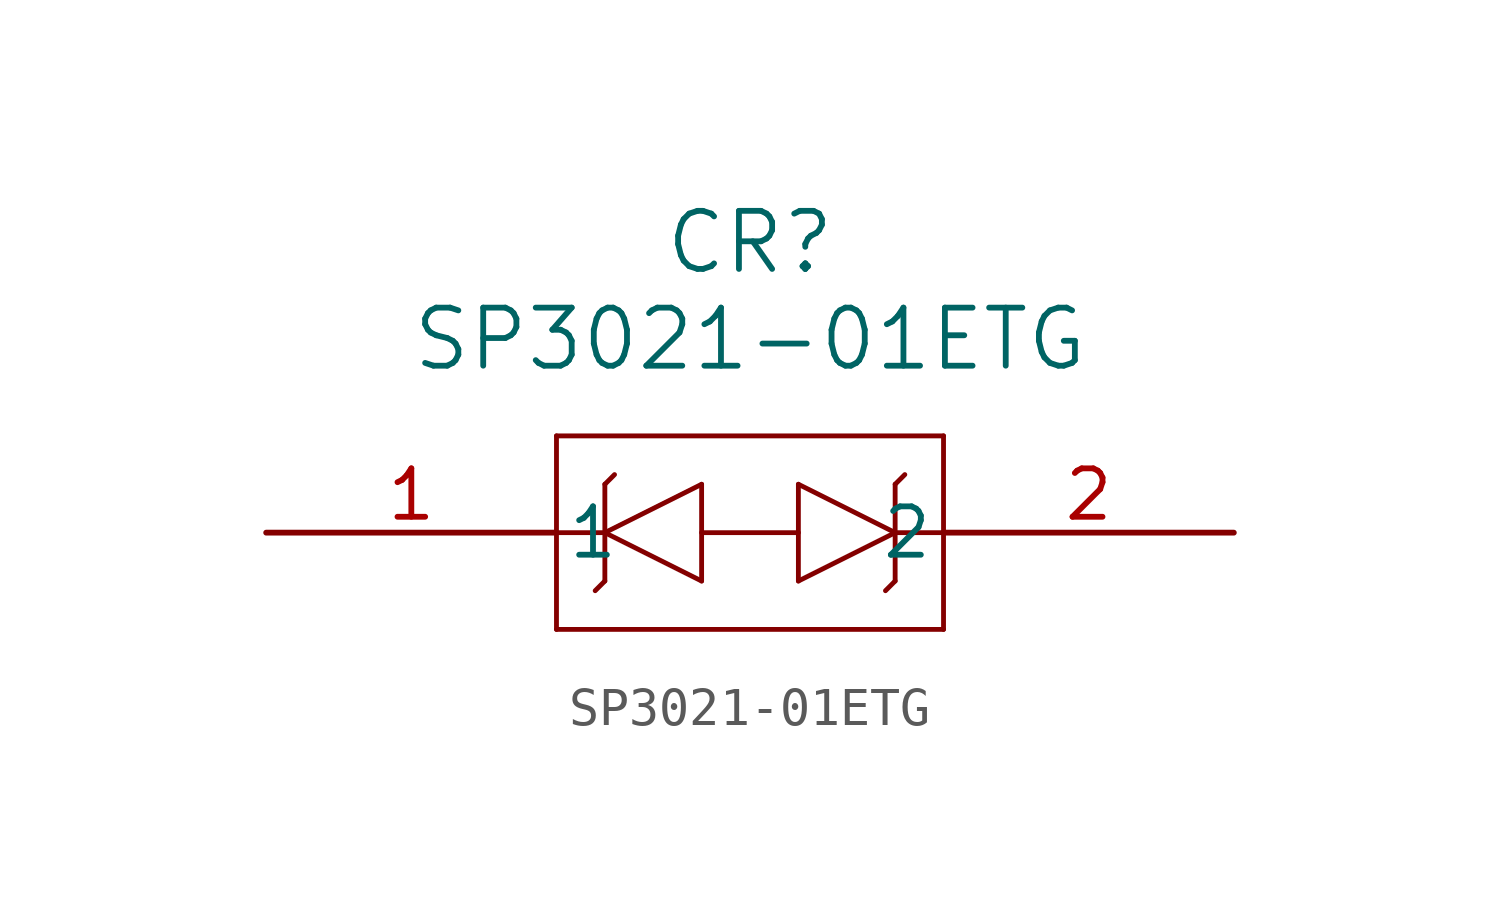
<source format=kicad_sym>
(kicad_symbol_lib
  (version 20211014)
  (generator kicad_symbol_editor)
  (symbol "SP3021-01ETG"
    (pin_names
      (offset 0.254))
    (property "Reference" "CR"
      (at 12.7 7.62 0)
      (effects (font (size 1.524 1.524))))
    (property "Value" "SP3021-01ETG"
      (at 12.7 5.08 0)
      (effects (font (size 1.524 1.524))))
    (symbol "SP3021-01ETG_0_1"
      (polyline (pts (xy 7.62 2.54) (xy 7.62 -2.54)) (stroke (width 0.127) (type default) (color 0 0 0 0)) (fill (type none)))
      (polyline (pts (xy 7.62 -2.54) (xy 17.78 -2.54)) (stroke (width 0.127) (type default) (color 0 0 0 0)) (fill (type none)))
      (polyline (pts (xy 17.78 -2.54) (xy 17.78 2.54)) (stroke (width 0.127) (type default) (color 0 0 0 0)) (fill (type none)))
      (polyline (pts (xy 17.78 2.54) (xy 7.62 2.54)) (stroke (width 0.127) (type default) (color 0 0 0 0)) (fill (type none)))
      (polyline (pts (xy 16.51 -1.27) (xy 16.51 1.27)) (stroke (width 0.127) (type default) (color 0 0 0 0)) (fill (type none)))
      (polyline (pts (xy 16.51 0) (xy 13.97 1.27)) (stroke (width 0.127) (type default) (color 0 0 0 0)) (fill (type none)))
      (polyline (pts (xy 13.97 1.27) (xy 13.97 -1.27)) (stroke (width 0.127) (type default) (color 0 0 0 0)) (fill (type none)))
      (polyline (pts (xy 13.97 -1.27) (xy 16.51 0)) (stroke (width 0.127) (type default) (color 0 0 0 0)) (fill (type none)))
      (polyline (pts (xy 16.51 -1.27) (xy 16.256 -1.524)) (stroke (width 0.127) (type default) (color 0 0 0 0)) (fill (type none)))
      (polyline (pts (xy 16.51 1.27) (xy 16.764 1.524)) (stroke (width 0.127) (type default) (color 0 0 0 0)) (fill (type none)))
      (polyline (pts (xy 8.89 1.27) (xy 8.89 -1.27)) (stroke (width 0.127) (type default) (color 0 0 0 0)) (fill (type none)))
      (polyline (pts (xy 8.89 0) (xy 11.43 -1.27)) (stroke (width 0.127) (type default) (color 0 0 0 0)) (fill (type none)))
      (polyline (pts (xy 11.43 -1.27) (xy 11.43 1.27)) (stroke (width 0.127) (type default) (color 0 0 0 0)) (fill (type none)))
      (polyline (pts (xy 11.43 1.27) (xy 8.89 0)) (stroke (width 0.127) (type default) (color 0 0 0 0)) (fill (type none)))
      (polyline (pts (xy 8.89 1.27) (xy 9.144 1.524)) (stroke (width 0.127) (type default) (color 0 0 0 0)) (fill (type none)))
      (polyline (pts (xy 8.89 -1.27) (xy 8.636 -1.524)) (stroke (width 0.127) (type default) (color 0 0 0 0)) (fill (type none)))
      (polyline (pts (xy 7.62 0) (xy 8.89 0)) (stroke (width 0.127) (type default) (color 0 0 0 0)) (fill (type none)))
      (polyline (pts (xy 11.43 0) (xy 13.97 0)) (stroke (width 0.127) (type default) (color 0 0 0 0)) (fill (type none)))
      (polyline (pts (xy 16.51 0) (xy 17.78 0)) (stroke (width 0.127) (type default) (color 0 0 0 0)) (fill (type none)))
      (pin unspecified line (at 0 0 0) (length 7.62) (name "1" (effects (font (size 1.27 1.27)))) (number "1" (effects (font (size 1.27 1.27)))))
      (pin unspecified line (at 25.4 0 180) (length 7.62) (name "2" (effects (font (size 1.27 1.27)))) (number "2" (effects (font (size 1.27 1.27))))))))
</source>
